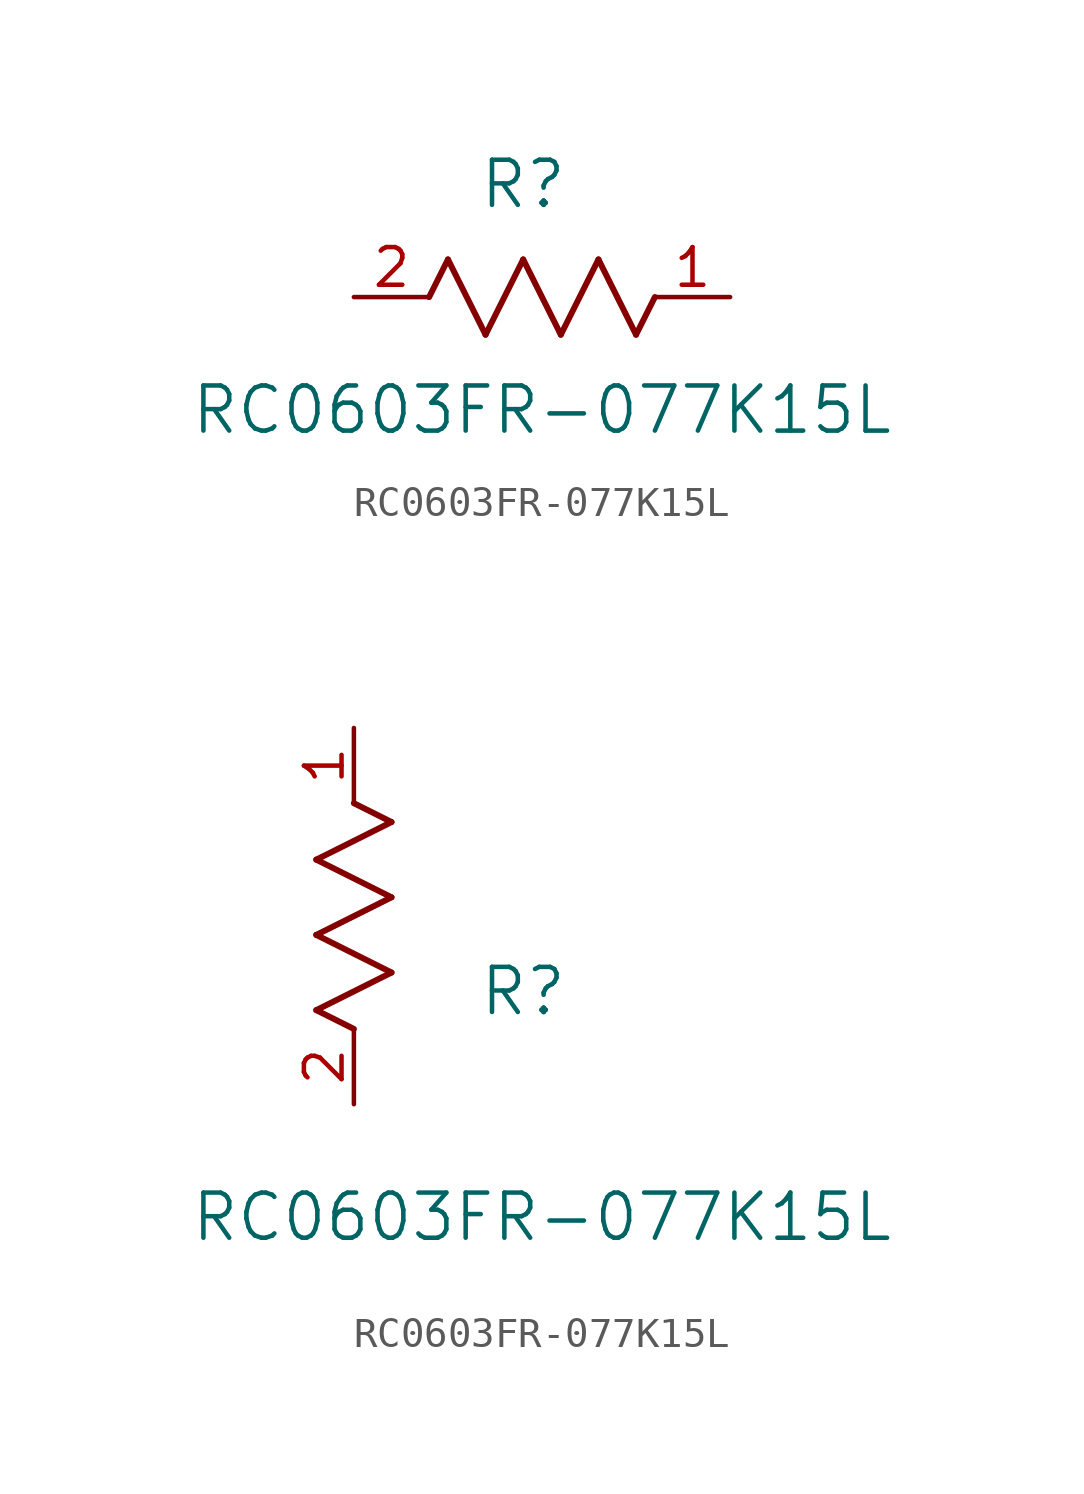
<source format=kicad_sym>
(kicad_symbol_lib
  (version 20211014)
  (generator kicad_symbol_editor)
  (symbol "RC0603FR-077K15L"
    (pin_names
      (offset 0.254))
    (property "Reference" "R"
      (at 5.715 3.81 0)
      (effects (font (size 1.524 1.524))))
    (property "Value" "RC0603FR-077K15L"
      (at 6.35 -3.81 0)
      (effects (font (size 1.524 1.524))))
    (symbol "RC0603FR-077K15L_1_1"
      (polyline (pts (xy 3.175 1.27) (xy 4.445 -1.27)) (stroke (width 0.203) (type default) (color 0 0 0 0)) (fill (type none)))
      (polyline (pts (xy 4.445 -1.27) (xy 5.715 1.27)) (stroke (width 0.203) (type default) (color 0 0 0 0)) (fill (type none)))
      (polyline (pts (xy 5.715 1.27) (xy 6.985 -1.27)) (stroke (width 0.203) (type default) (color 0 0 0 0)) (fill (type none)))
      (polyline (pts (xy 6.985 -1.27) (xy 8.255 1.27)) (stroke (width 0.203) (type default) (color 0 0 0 0)) (fill (type none)))
      (polyline (pts (xy 8.255 1.27) (xy 9.525 -1.27)) (stroke (width 0.203) (type default) (color 0 0 0 0)) (fill (type none)))
      (polyline (pts (xy 2.54 0) (xy 3.175 1.27)) (stroke (width 0.203) (type default) (color 0 0 0 0)) (fill (type none)))
      (polyline (pts (xy 9.525 -1.27) (xy 10.16 0)) (stroke (width 0.203) (type default) (color 0 0 0 0)) (fill (type none)))
      (pin unspecified line (at 12.7 0 180) (length 2.54) (name "" (effects (font (size 1.27 1.27)))) (number "1" (effects (font (size 1.27 1.27)))))
      (pin unspecified line (at 0 0 0) (length 2.54) (name "" (effects (font (size 1.27 1.27)))) (number "2" (effects (font (size 1.27 1.27))))))
    (symbol "RC0603FR-077K15L_1_2"
      (polyline (pts (xy 0 2.54) (xy -1.27 3.175)) (stroke (width 0.203) (type default) (color 0 0 0 0)) (fill (type none)))
      (polyline (pts (xy -1.27 3.175) (xy 1.27 4.445)) (stroke (width 0.203) (type default) (color 0 0 0 0)) (fill (type none)))
      (polyline (pts (xy 1.27 4.445) (xy -1.27 5.715)) (stroke (width 0.203) (type default) (color 0 0 0 0)) (fill (type none)))
      (polyline (pts (xy -1.27 5.715) (xy 1.27 6.985)) (stroke (width 0.203) (type default) (color 0 0 0 0)) (fill (type none)))
      (polyline (pts (xy -1.27 8.255) (xy 1.27 9.525)) (stroke (width 0.203) (type default) (color 0 0 0 0)) (fill (type none)))
      (polyline (pts (xy 1.27 9.525) (xy 0 10.16)) (stroke (width 0.203) (type default) (color 0 0 0 0)) (fill (type none)))
      (polyline (pts (xy 1.27 6.985) (xy -1.27 8.255)) (stroke (width 0.203) (type default) (color 0 0 0 0)) (fill (type none)))
      (pin unspecified line (at 0 12.7 270) (length 2.54) (name "" (effects (font (size 1.27 1.27)))) (number "1" (effects (font (size 1.27 1.27)))))
      (pin unspecified line (at 0 0 90) (length 2.54) (name "" (effects (font (size 1.27 1.27)))) (number "2" (effects (font (size 1.27 1.27))))))))
</source>
